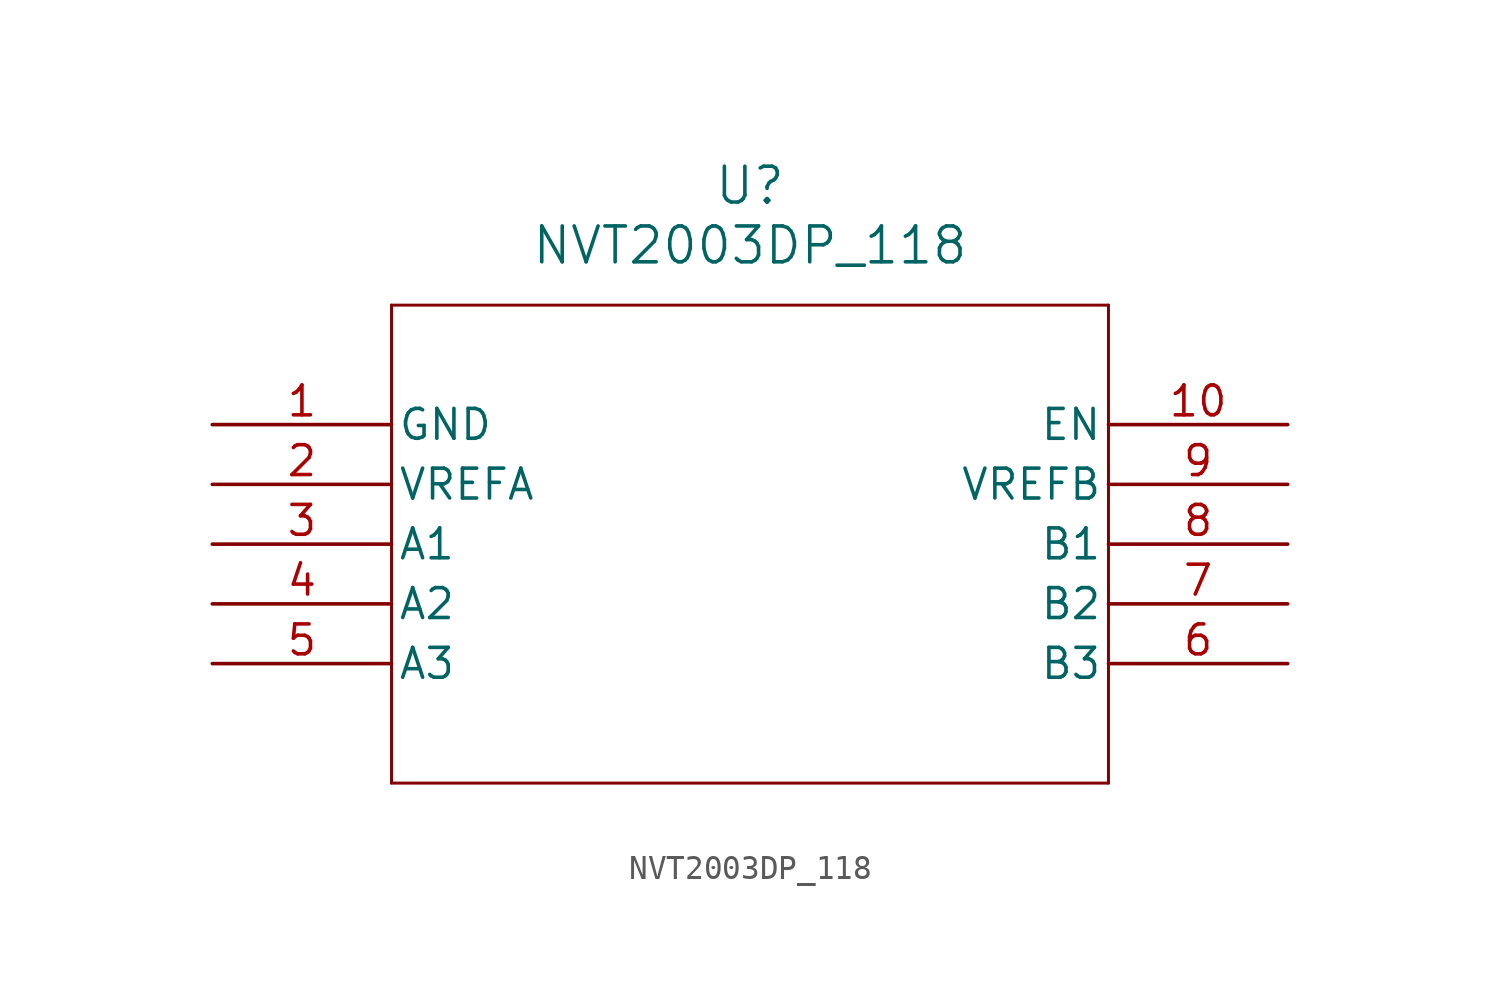
<source format=kicad_sym>
(kicad_symbol_lib
  (version 20211014)
  (generator kicad_symbol_editor)
  (symbol "NVT2003DP_118"
    (pin_names
      (offset 0.254))
    (property "Reference" "U"
      (at 22.86 10.16 0)
      (effects (font (size 1.524 1.524))))
    (property "Value" "NVT2003DP_118"
      (at 22.86 7.62 0)
      (effects (font (size 1.524 1.524))))
    (symbol "NVT2003DP_118_0_1"
      (polyline (pts (xy 7.62 5.08) (xy 7.62 -15.24)) (stroke (width 0.127) (type default) (color 0 0 0 0)) (fill (type none)))
      (polyline (pts (xy 7.62 -15.24) (xy 38.1 -15.24)) (stroke (width 0.127) (type default) (color 0 0 0 0)) (fill (type none)))
      (polyline (pts (xy 38.1 -15.24) (xy 38.1 5.08)) (stroke (width 0.127) (type default) (color 0 0 0 0)) (fill (type none)))
      (polyline (pts (xy 38.1 5.08) (xy 7.62 5.08)) (stroke (width 0.127) (type default) (color 0 0 0 0)) (fill (type none)))
      (pin power_out line (at 0 0 0) (length 7.62) (name "GND" (effects (font (size 1.27 1.27)))) (number "1" (effects (font (size 1.27 1.27)))))
      (pin power_in line (at 0 -2.54 0) (length 7.62) (name "VREFA" (effects (font (size 1.27 1.27)))) (number "2" (effects (font (size 1.27 1.27)))))
      (pin bidirectional line (at 0 -5.08 0) (length 7.62) (name "A1" (effects (font (size 1.27 1.27)))) (number "3" (effects (font (size 1.27 1.27)))))
      (pin bidirectional line (at 0 -7.62 0) (length 7.62) (name "A2" (effects (font (size 1.27 1.27)))) (number "4" (effects (font (size 1.27 1.27)))))
      (pin bidirectional line (at 0 -10.16 0) (length 7.62) (name "A3" (effects (font (size 1.27 1.27)))) (number "5" (effects (font (size 1.27 1.27)))))
      (pin bidirectional line (at 45.72 -10.16 180) (length 7.62) (name "B3" (effects (font (size 1.27 1.27)))) (number "6" (effects (font (size 1.27 1.27)))))
      (pin bidirectional line (at 45.72 -7.62 180) (length 7.62) (name "B2" (effects (font (size 1.27 1.27)))) (number "7" (effects (font (size 1.27 1.27)))))
      (pin bidirectional line (at 45.72 -5.08 180) (length 7.62) (name "B1" (effects (font (size 1.27 1.27)))) (number "8" (effects (font (size 1.27 1.27)))))
      (pin power_in line (at 45.72 -2.54 180) (length 7.62) (name "VREFB" (effects (font (size 1.27 1.27)))) (number "9" (effects (font (size 1.27 1.27)))))
      (pin input line (at 45.72 0 180) (length 7.62) (name "EN" (effects (font (size 1.27 1.27)))) (number "10" (effects (font (size 1.27 1.27))))))))
</source>
